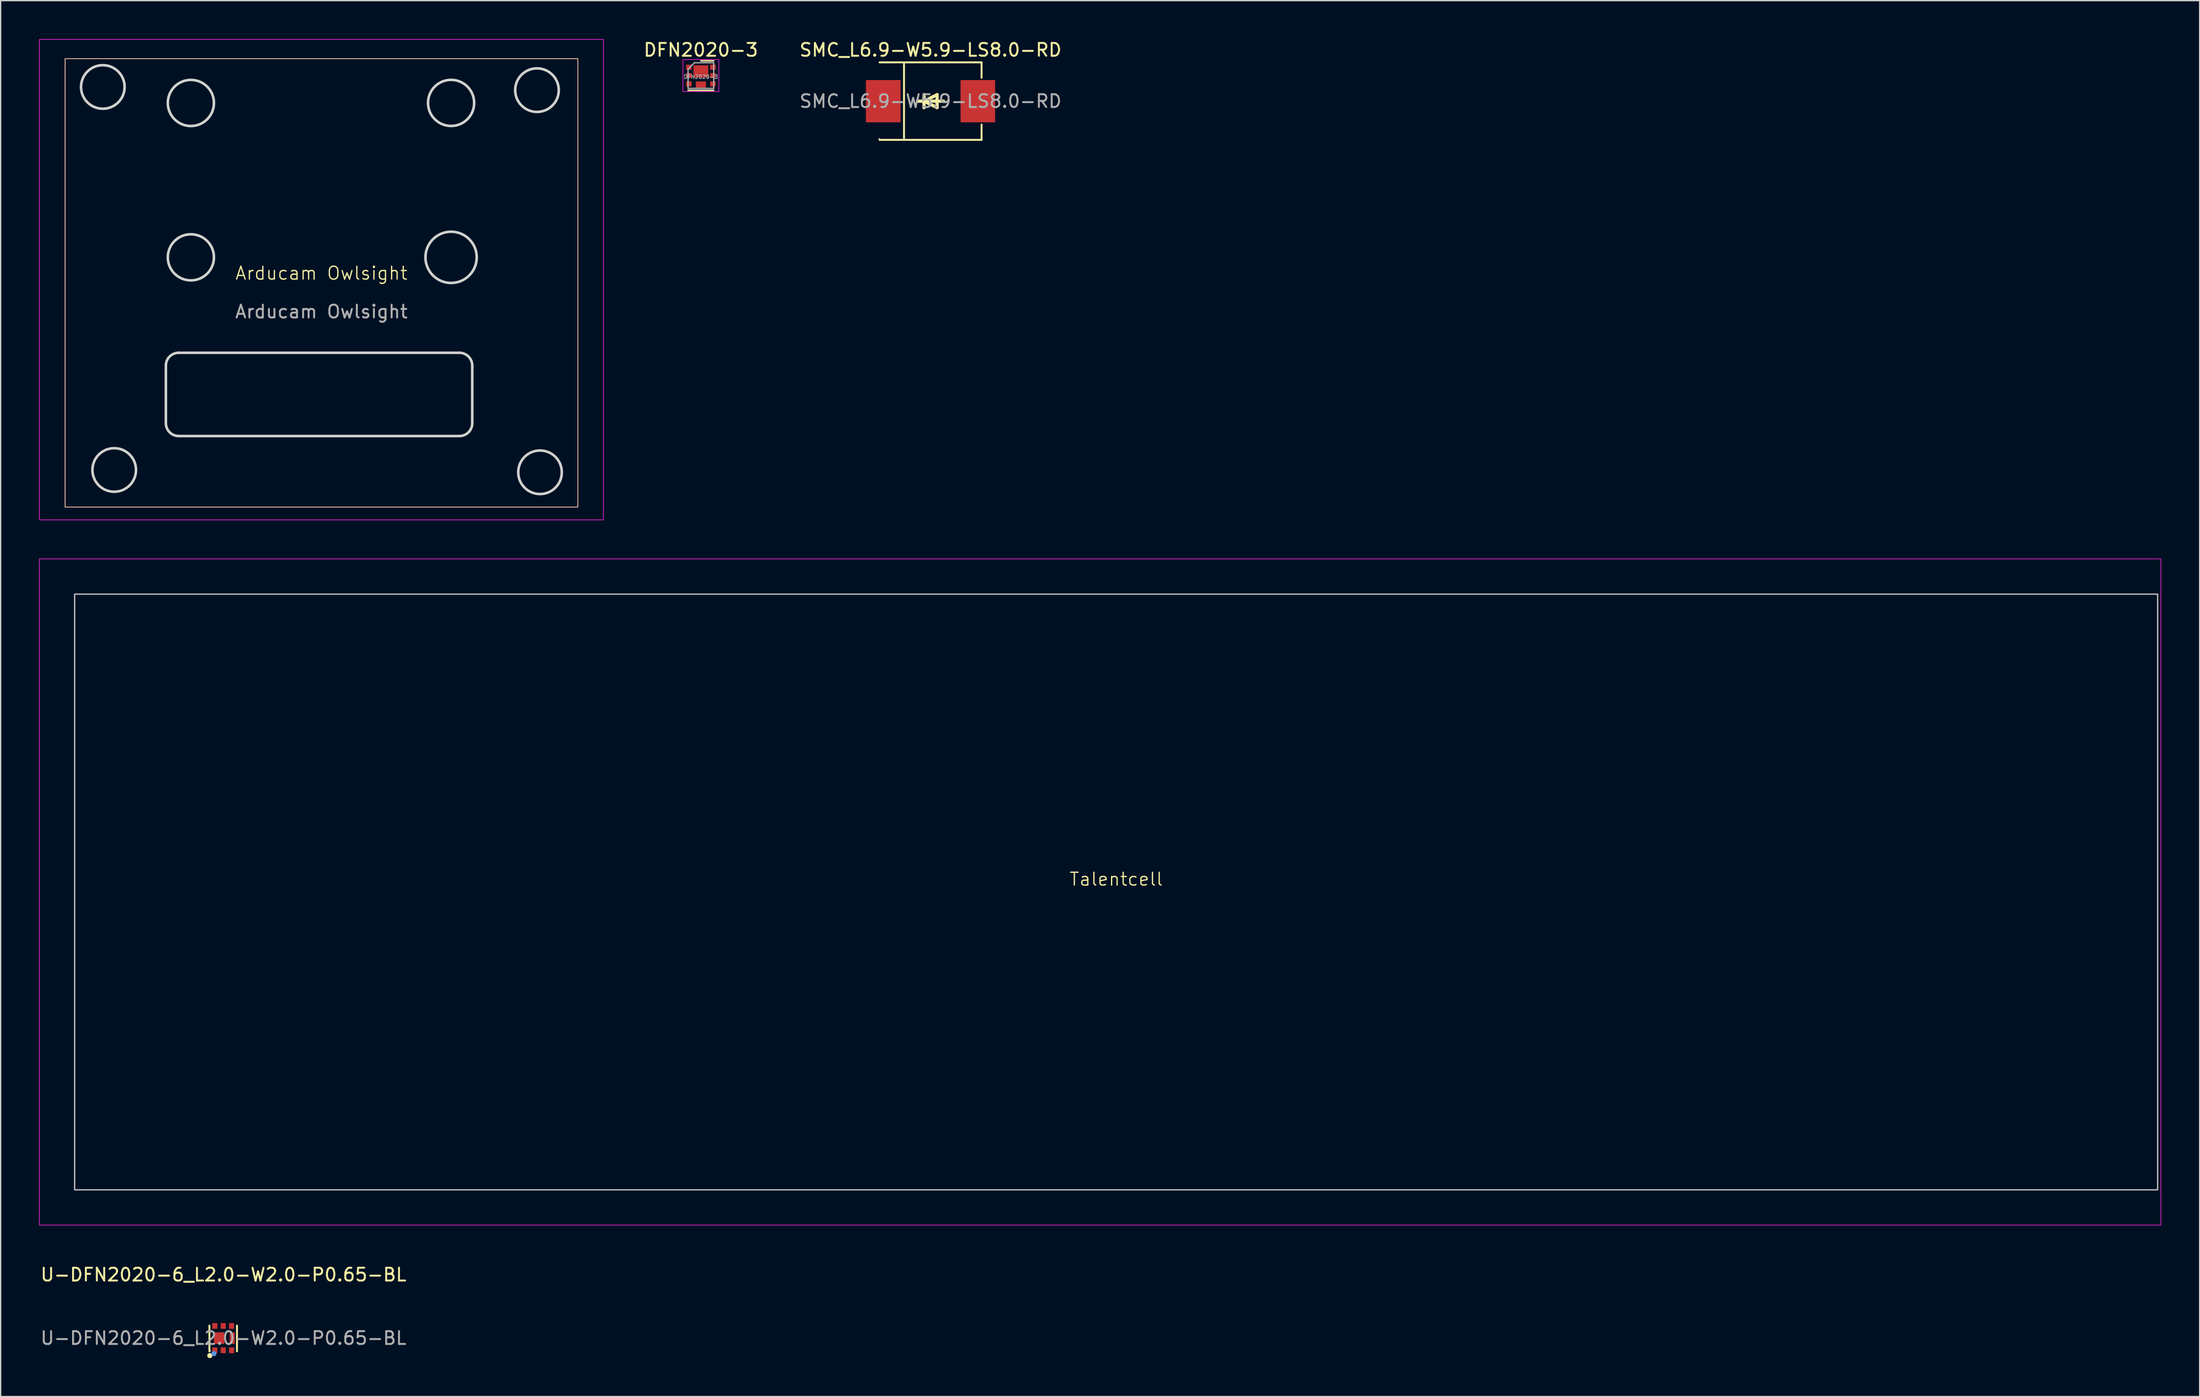
<source format=kicad_pcb>
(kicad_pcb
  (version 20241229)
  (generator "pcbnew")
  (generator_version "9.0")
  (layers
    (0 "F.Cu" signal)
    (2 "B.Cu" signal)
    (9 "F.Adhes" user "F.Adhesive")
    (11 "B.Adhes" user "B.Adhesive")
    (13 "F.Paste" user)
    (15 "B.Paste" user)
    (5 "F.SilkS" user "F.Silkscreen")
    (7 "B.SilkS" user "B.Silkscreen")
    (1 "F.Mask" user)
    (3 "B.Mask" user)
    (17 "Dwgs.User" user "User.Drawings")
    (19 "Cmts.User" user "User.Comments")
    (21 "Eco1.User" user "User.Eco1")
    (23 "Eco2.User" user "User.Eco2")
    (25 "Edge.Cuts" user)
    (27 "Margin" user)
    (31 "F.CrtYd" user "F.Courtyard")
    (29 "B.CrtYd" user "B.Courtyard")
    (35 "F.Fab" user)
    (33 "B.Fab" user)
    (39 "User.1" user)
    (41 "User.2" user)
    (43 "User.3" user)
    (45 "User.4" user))
  (footprint "Talentcell"
    (layer "F.Cu")
    (at 84.025 66.075)
    (property "Reference" "Talentcell" (at 0 -0.5 0) (unlocked yes) (layer "F.SilkS") (effects (font (size 1 1) (thickness 0.1))))
    (attr through_hole exclude_from_bom dnp)
    (fp_rect (start -81.25 -22.75) (end 81.25 23.75) (stroke (width 0.1) (type solid)) (fill no) (layer "Dwgs.User"))
    (fp_rect (start -84 -25.5) (end 81.5 26.5) (stroke (width 0.05) (type default)) (fill no) (layer "F.CrtYd")))
  (footprint "SMC_L6.9-W5.9-LS8.0-RD"
    (layer "F.Cu")
    (at 69.544 4.848)
    (property "Reference" "SMC_L6.9-W5.9-LS8.0-RD" (at 0 -4 0) (layer "F.SilkS") (effects (font (size 1 1) (thickness 0.15))))
    (attr smd)
    (fp_line (start -3.98 -3.03) (end 3.98 -3.03) (stroke (width 0.15) (type solid)) (layer "F.SilkS"))
    (fp_line (start -3.98 3.02) (end 3.98 3.02) (stroke (width 0.15) (type solid)) (layer "F.SilkS"))
    (fp_line (start -2.07 -3.03) (end -2.07 3.02) (stroke (width 0.15) (type solid)) (layer "F.SilkS"))
    (fp_line (start -0.51 0) (end -0.51 0.5) (stroke (width 0.25) (type solid)) (layer "F.SilkS"))
    (fp_line (start -0.51 0) (end 0.51 0.5) (stroke (width 0.25) (type solid)) (layer "F.SilkS"))
    (fp_line (start -0.51 0.5) (end -0.51 -0.51) (stroke (width 0.25) (type solid)) (layer "F.SilkS"))
    (fp_line (start 0.51 -0.51) (end -0.51 0) (stroke (width 0.25) (type solid)) (layer "F.SilkS"))
    (fp_line (start 0.51 0.5) (end 0.51 -0.51) (stroke (width 0.25) (type solid)) (layer "F.SilkS"))
    (fp_line (start 1.02 0) (end -1.02 0) (stroke (width 0.25) (type solid)) (layer "F.SilkS"))
    (fp_line (start 3.98 -3.03) (end 3.98 -1.83) (stroke (width 0.15) (type solid)) (layer "F.SilkS"))
    (fp_line (start 3.98 3.02) (end 3.98 1.82) (stroke (width 0.15) (type solid)) (layer "F.SilkS"))
    (fp_circle (center -4 2.92) (end -3.97 2.92) (stroke (width 0.06) (type solid)) (fill no) (layer "F.Fab"))
    (fp_text user "${REFERENCE}" (at 0 0 0) (layer "F.Fab") (effects (font (size 1 1) (thickness 0.15))))
    (pad "1" smd rect (at -3.69 0) (size 2.7 3.3) (layers "F.Cu" "F.Mask" "F.Paste"))
    (pad "2" smd rect (at 3.69 0) (size 2.7 3.3) (layers "F.Cu" "F.Mask" "F.Paste")))
  (footprint "U-DFN2020-6_L2.0-W2.0-P0.65-BL"
    (layer "F.Cu")
    (at 14.387 101.398)
    (property "Reference" "U-DFN2020-6_L2.0-W2.0-P0.65-BL" (at 0 -4.95 0) (layer "F.SilkS") (effects (font (size 1 1) (thickness 0.15))))
    (attr smd)
    (fp_line (start -1.1 1.03) (end -1.1 -0.98) (stroke (width 0.15) (type solid)) (layer "F.SilkS"))
    (fp_line (start 1.05 1.03) (end 1.05 -0.98) (stroke (width 0.15) (type solid)) (layer "F.SilkS"))
    (fp_circle (center -1.07 1.36) (end -0.97 1.36) (stroke (width 0.2) (type solid)) (fill no) (layer "F.SilkS"))
    (fp_circle (center -0.75 1.21) (end -0.65 1.21) (stroke (width 0.2) (type solid)) (fill no) (layer "Cmts.User"))
    (fp_circle (center -1.02 1) (end -0.99 1) (stroke (width 0.06) (type solid)) (fill no) (layer "F.Fab"))
    (fp_text user "${REFERENCE}" (at 0 0 0) (layer "F.Fab") (effects (font (size 1 1) (thickness 0.15))))
    (pad "1" smd rect (at -0.68 0.95) (size 0.4 0.45) (layers "F.Cu" "F.Mask" "F.Paste"))
    (pad "2" smd rect (at -0.02 0.95) (size 0.4 0.45) (layers "F.Cu" "F.Mask" "F.Paste"))
    (pad "3" smd rect (at 0.63 0.95) (size 0.4 0.45) (layers "F.Cu" "F.Mask" "F.Paste"))
    (pad "4" smd rect (at 0.63 -0.95) (size 0.4 0.45) (layers "F.Cu" "F.Mask" "F.Paste"))
    (pad "5" smd rect (at -0.02 -0.95) (size 0.4 0.45) (layers "F.Cu" "F.Mask" "F.Paste"))
    (pad "6" smd rect (at -0.68 -0.95) (size 0.4 0.45) (layers "F.Cu" "F.Mask" "F.Paste"))
    (pad "7" smd rect (at 0.68 0) (size 0.4 0.91) (layers "F.Cu" "F.Mask" "F.Paste"))
    (pad "8" smd rect (at -0.35 0) (size 0.81 0.91) (layers "F.Cu" "F.Mask" "F.Paste")))
  (footprint "Arducam Owlsight"
    (layer "F.Cu")
    (at 22.025 18.775)
    (property "Reference" "Arducam Owlsight" (at 0 -0.5 0) (unlocked yes) (layer "F.SilkS") (effects (font (size 1 1) (thickness 0.1))))
    (attr smd exclude_from_pos_files exclude_from_bom)
    (fp_rect (start -20 -17.25) (end 20 17.75) (stroke (width 0.05) (type solid)) (fill no) (layer "F.SilkS"))
    (fp_rect (start -20 -17.25) (end 20 17.75) (stroke (width 0.05) (type solid)) (fill no) (layer "B.SilkS"))
    (fp_line (start -12.134 11.211) (end -12.134 6.711) (stroke (width 0.2) (type default)) (layer "Edge.Cuts"))
    (fp_line (start -11.134 5.711) (end 10.766 5.711) (stroke (width 0.2) (type default)) (layer "Edge.Cuts"))
    (fp_line (start 10.766 12.211) (end -11.134 12.211) (stroke (width 0.2) (type default)) (layer "Edge.Cuts"))
    (fp_line (start 11.766 6.711) (end 11.766 11.211) (stroke (width 0.2) (type default)) (layer "Edge.Cuts"))
    (fp_arc (start -12.133851 6.710578) (mid -11.840958 6.003471) (end -11.133851 5.710578) (stroke (width 0.2) (type default)) (layer "Edge.Cuts"))
    (fp_arc (start -11.133851 12.210578) (mid -11.840958 11.917685) (end -12.133851 11.210578) (stroke (width 0.2) (type default)) (layer "Edge.Cuts"))
    (fp_arc (start 10.766149 5.710578) (mid 11.473256 6.003471) (end 11.766149 6.710578) (stroke (width 0.2) (type default)) (layer "Edge.Cuts"))
    (fp_arc (start 11.766149 11.210578) (mid 11.473256 11.917685) (end 10.766149 12.210578) (stroke (width 0.2) (type default)) (layer "Edge.Cuts"))
    (fp_circle (center -17.053 -15.038) (end -15.353 -15.038) (stroke (width 0.2) (type default)) (fill no) (layer "Edge.Cuts"))
    (fp_circle (center -16.165 14.858) (end -14.465 14.858) (stroke (width 0.2) (type default)) (fill no) (layer "Edge.Cuts"))
    (fp_circle (center -10.184 -13.789) (end -8.384 -13.789) (stroke (width 0.2) (type solid)) (fill no) (layer "Edge.Cuts"))
    (fp_circle (center -10.184 -1.739) (end -8.384 -1.739) (stroke (width 0.2) (type solid)) (fill no) (layer "Edge.Cuts"))
    (fp_circle (center 10.116 -13.793) (end 11.916 -13.793) (stroke (width 0.2) (type solid)) (fill no) (layer "Edge.Cuts"))
    (fp_circle (center 10.116 -1.739) (end 12.116 -1.739) (stroke (width 0.2) (type solid)) (fill no) (layer "Edge.Cuts"))
    (fp_circle (center 16.816 -14.789) (end 18.516 -14.789) (stroke (width 0.2) (type default)) (fill no) (layer "Edge.Cuts"))
    (fp_circle (center 17.053 15.038) (end 18.753 15.038) (stroke (width 0.2) (type default)) (fill no) (layer "Edge.Cuts"))
    (fp_rect (start -22 -18.75) (end 22 18.75) (stroke (width 0.05) (type solid)) (fill no) (layer "F.CrtYd"))
    (fp_text user "${REFERENCE}" (at 0 2.5 0) (unlocked yes) (layer "F.Fab") (effects (font (size 1 1) (thickness 0.15)))))
  (footprint "DFN2020-3"
    (layer "F.Cu")
    (at 51.627 2.848)
    (property "Reference" "DFN2020-3" (at 0 -2 0) (layer "F.SilkS") (effects (font (size 1 1) (thickness 0.15))))
    (attr smd)
    (fp_line (start 1 -1.15) (end 0 -1.15) (stroke (width 0.12) (type solid)) (layer "F.SilkS"))
    (fp_line (start 1 1.15) (end -1 1.15) (stroke (width 0.12) (type solid)) (layer "F.SilkS"))
    (fp_line (start -1.4 -1.25) (end -1.4 1.25) (stroke (width 0.05) (type solid)) (layer "F.CrtYd"))
    (fp_line (start -1.4 1.25) (end 1.4 1.25) (stroke (width 0.05) (type solid)) (layer "F.CrtYd"))
    (fp_line (start 1.4 -1.25) (end -1.4 -1.25) (stroke (width 0.05) (type solid)) (layer "F.CrtYd"))
    (fp_line (start 1.4 1.25) (end 1.4 -1.25) (stroke (width 0.05) (type solid)) (layer "F.CrtYd"))
    (fp_line (start -1 1) (end -1 -0.5) (stroke (width 0.1) (type solid)) (layer "F.Fab"))
    (fp_line (start -0.5 -1) (end -1 -0.5) (stroke (width 0.1) (type solid)) (layer "F.Fab"))
    (fp_line (start -0.5 -1) (end 1 -1) (stroke (width 0.1) (type solid)) (layer "F.Fab"))
    (fp_line (start 1 -1) (end 1 1) (stroke (width 0.1) (type solid)) (layer "F.Fab"))
    (fp_line (start 1 1) (end -1 1) (stroke (width 0.1) (type solid)) (layer "F.Fab"))
    (fp_text user "${REFERENCE}" (at 0 0.1 0) (layer "F.Fab") (effects (font (size 0.3 0.3) (thickness 0.05))))
    (pad "1" smd rect (at -0.938 0.65) (size 0.425 0.4) (layers "F.Cu" "F.Mask" "F.Paste"))
    (pad "2" smd rect (at 0 0.7) (size 0.8 0.48) (layers "F.Cu" "F.Mask" "F.Paste"))
    (pad "2" smd rect (at 0.938 0.65) (size 0.425 0.4) (layers "F.Cu" "F.Mask" "F.Paste"))
    (pad "3" smd rect (at -0.938 -0.65) (size 0.425 0.4) (layers "F.Cu" "F.Mask" "F.Paste"))
    (pad "3" smd rect (at -0.938 0) (size 0.425 0.4) (layers "F.Cu" "F.Mask" "F.Paste"))
    (pad "3" smd rect (at 0 -0.325) (size 1.15 0.95) (layers "F.Cu" "F.Mask" "F.Paste"))
    (pad "3" smd rect (at 0.938 -0.65) (size 0.425 0.4) (layers "F.Cu" "F.Mask" "F.Paste"))
    (pad "3" smd rect (at 0.938 0) (size 0.425 0.4) (layers "F.Cu" "F.Mask" "F.Paste")))
  (gr_rect
    (start -3 -3)
    (end 168.55 105.958)
    (stroke (width 0.1) (type default))
    (fill no)
    (layer "Edge.Cuts")))
</source>
